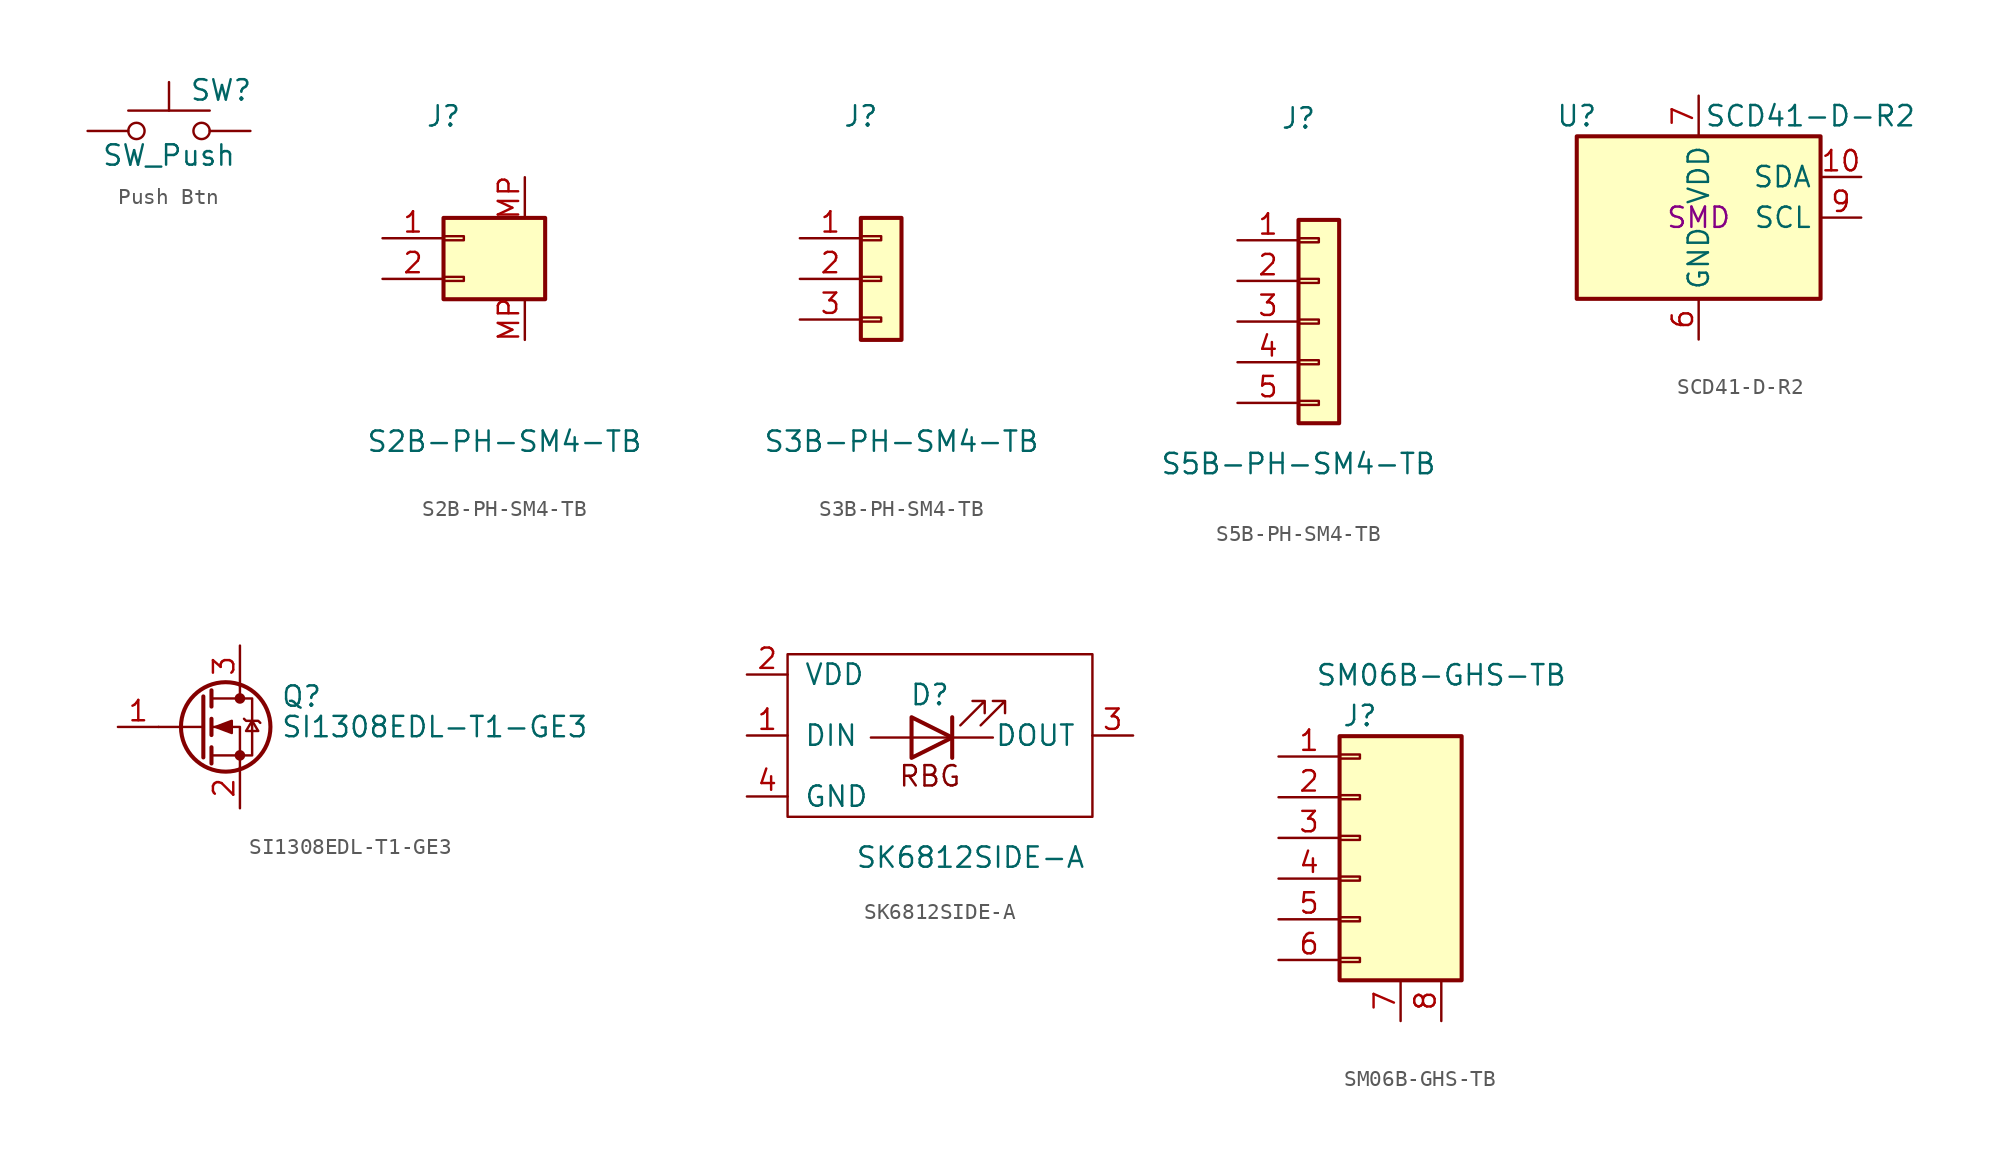
<source format=kicad_sym>
(kicad_symbol_lib
  (version 20231120)
  (generator "kicad_symbol_editor")
  (generator_version "8.0")
  (symbol "Push Btn"
    (pin_numbers hide)
    (pin_names
      (offset 1.016) hide)
    (property "Reference" "SW"
      (at 1.27 2.54 0)
      (effects (font (size 1.27 1.27)) (justify left)))
    (property "Value" "SW_Push"
      (at 0 -1.524 0)
      (effects (font (size 1.27 1.27))))
    (symbol "Push Btn_0_1"
      (circle (center -2.032 0) (radius 0.508) (stroke (width 0) (type default)) (fill (type none)))
      (polyline (pts (xy 0 1.27) (xy 0 3.048)) (stroke (width 0) (type default)) (fill (type none)))
      (polyline (pts (xy 2.54 1.27) (xy -2.54 1.27)) (stroke (width 0) (type default)) (fill (type none)))
      (circle (center 2.032 0) (radius 0.508) (stroke (width 0) (type default)) (fill (type none)))
      (pin passive line (at -5.08 0 0) (length 2.54) (name "1" (effects (font (size 1.27 1.27)))) (number "1" (effects (font (size 1.27 1.27)))))
      (pin passive line (at 5.08 0 180) (length 2.54) (name "2" (effects (font (size 1.27 1.27)))) (number "2" (effects (font (size 1.27 1.27)))))))
  (symbol "S2B-PH-SM4-TB"
    (pin_names
      (offset 1.016) hide)
    (property "Reference" "J"
      (at 0 7.62 0)
      (effects (font (size 1.27 1.27))))
    (property "Value" "S2B-PH-SM4-TB"
      (at 3.81 -12.7 0)
      (effects (font (size 1.27 1.27))))
    (symbol "S2B-PH-SM4-TB_1_1"
      (rectangle (start 0 -2.413) (end 1.27 -2.667) (stroke (width 0.152) (type default)) (fill (type none)))
      (rectangle (start 0 0.127) (end 1.27 -0.127) (stroke (width 0.152) (type default)) (fill (type none)))
      (rectangle (start 0 1.27) (end 6.35 -3.81) (stroke (width 0.254) (type default)) (fill (type background)))
      (pin passive line (at -3.81 0 0) (length 3.81) (name "Pin_1" (effects (font (size 1.27 1.27)))) (number "1" (effects (font (size 1.27 1.27)))))
      (pin passive line (at -3.81 -2.54 0) (length 3.81) (name "Pin_2" (effects (font (size 1.27 1.27)))) (number "2" (effects (font (size 1.27 1.27)))))
      (pin passive line (at 5.08 -6.35 90) (length 2.54) (name "MP" (effects (font (size 1.27 1.27)))) (number "MP" (effects (font (size 1.27 1.27)))))
      (pin passive line (at 5.08 3.81 270) (length 2.54) (name "MP" (effects (font (size 1.27 1.27)))) (number "MP" (effects (font (size 1.27 1.27)))))))
  (symbol "S3B-PH-SM4-TB"
    (pin_names
      (offset 1.016) hide)
    (property "Reference" "J"
      (at 0 7.62 0)
      (effects (font (size 1.27 1.27))))
    (property "Value" "S3B-PH-SM4-TB"
      (at 2.54 -12.7 0)
      (effects (font (size 1.27 1.27))))
    (symbol "S3B-PH-SM4-TB_1_1"
      (rectangle (start 0 -4.953) (end 1.27 -5.207) (stroke (width 0.152) (type default)) (fill (type none)))
      (rectangle (start 0 -2.413) (end 1.27 -2.667) (stroke (width 0.152) (type default)) (fill (type none)))
      (rectangle (start 0 0.127) (end 1.27 -0.127) (stroke (width 0.152) (type default)) (fill (type none)))
      (rectangle (start 0 1.27) (end 2.54 -6.35) (stroke (width 0.254) (type default)) (fill (type background)))
      (pin passive line (at -3.81 0 0) (length 3.81) (name "Pin_1" (effects (font (size 1.27 1.27)))) (number "1" (effects (font (size 1.27 1.27)))))
      (pin passive line (at -3.81 -2.54 0) (length 3.81) (name "Pin_2" (effects (font (size 1.27 1.27)))) (number "2" (effects (font (size 1.27 1.27)))))
      (pin passive line (at -3.81 -5.08 0) (length 3.81) (name "Pin_3" (effects (font (size 1.27 1.27)))) (number "3" (effects (font (size 1.27 1.27)))))))
  (symbol "S5B-PH-SM4-TB"
    (pin_names
      (offset 1.016) hide)
    (property "Reference" "J"
      (at 0 7.62 0)
      (effects (font (size 1.27 1.27))))
    (property "Value" "S5B-PH-SM4-TB"
      (at 0 -13.97 0)
      (effects (font (size 1.27 1.27))))
    (symbol "S5B-PH-SM4-TB_1_1"
      (rectangle (start 0 -10.033) (end 1.27 -10.287) (stroke (width 0.152) (type default)) (fill (type none)))
      (rectangle (start 0 -7.493) (end 1.27 -7.747) (stroke (width 0.152) (type default)) (fill (type none)))
      (rectangle (start 0 -4.953) (end 1.27 -5.207) (stroke (width 0.152) (type default)) (fill (type none)))
      (rectangle (start 0 -2.413) (end 1.27 -2.667) (stroke (width 0.152) (type default)) (fill (type none)))
      (rectangle (start 0 0.127) (end 1.27 -0.127) (stroke (width 0.152) (type default)) (fill (type none)))
      (rectangle (start 0 1.27) (end 2.54 -11.43) (stroke (width 0.254) (type default)) (fill (type background)))
      (pin passive line (at -3.81 0 0) (length 3.81) (name "Pin_1" (effects (font (size 1.27 1.27)))) (number "1" (effects (font (size 1.27 1.27)))))
      (pin passive line (at -3.81 -2.54 0) (length 3.81) (name "Pin_2" (effects (font (size 1.27 1.27)))) (number "2" (effects (font (size 1.27 1.27)))))
      (pin passive line (at -3.81 -5.08 0) (length 3.81) (name "Pin_3" (effects (font (size 1.27 1.27)))) (number "3" (effects (font (size 1.27 1.27)))))
      (pin passive line (at -3.81 -7.62 0) (length 3.81) (name "Pin_4" (effects (font (size 1.27 1.27)))) (number "4" (effects (font (size 1.27 1.27)))))
      (pin passive line (at -3.81 -10.16 0) (length 3.81) (name "Pin_5" (effects (font (size 1.27 1.27)))) (number "5" (effects (font (size 1.27 1.27)))))))
  (symbol "SCD41-D-R2"
    (property "Reference" "U"
      (at -7.62 6.35 0)
      (effects (font (size 1.27 1.27))))
    (property "Value" "SCD41-D-R2"
      (at 6.985 6.35 0)
      (effects (font (size 1.27 1.27))))
    (property "Type" "SMD"
      (at 0 0 0)
      (effects (font (size 1.27 1.27))))
    (symbol "SCD41-D-R2_0_1"
      (rectangle (start 7.62 5.08) (end -7.62 -5.08) (stroke (width 0.254) (type default)) (fill (type background))))
    (symbol "SCD41-D-R2_1_1"
      (pin bidirectional line (at 10.16 2.54 180) (length 2.54) (name "SDA" (effects (font (size 1.27 1.27)))) (number "10" (effects (font (size 1.27 1.27)))))
      (pin passive line (at 0 7.62 270) (length 2.54) hide (name "VDD" (effects (font (size 1.27 1.27)))) (number "19" (effects (font (size 1.27 1.27)))))
      (pin passive line (at 0 -7.62 90) (length 2.54) hide (name "GND" (effects (font (size 1.27 1.27)))) (number "20" (effects (font (size 1.27 1.27)))))
      (pin passive line (at 0 -7.62 90) (length 2.54) hide (name "GND" (effects (font (size 1.27 1.27)))) (number "21" (effects (font (size 1.27 1.27)))))
      (pin power_in line (at 0 -7.62 90) (length 2.54) (name "GND" (effects (font (size 1.27 1.27)))) (number "6" (effects (font (size 1.27 1.27)))))
      (pin power_in line (at 0 7.62 270) (length 2.54) (name "VDD" (effects (font (size 1.27 1.27)))) (number "7" (effects (font (size 1.27 1.27)))))
      (pin input line (at 10.16 0 180) (length 2.54) (name "SCL" (effects (font (size 1.27 1.27)))) (number "9" (effects (font (size 1.27 1.27)))))))
  (symbol "SI1308EDL-T1-GE3"
    (pin_names hide)
    (property "Reference" "Q"
      (at 5.08 1.905 0)
      (effects (font (size 1.27 1.27)) (justify left)))
    (property "Value" "SI1308EDL-T1-GE3"
      (at 5.08 0 0)
      (effects (font (size 1.27 1.27)) (justify left)))
    (symbol "SI1308EDL-T1-GE3_0_1"
      (polyline (pts (xy 0.254 0) (xy -2.54 0)) (stroke (width 0) (type default)) (fill (type none)))
      (polyline (pts (xy 0.254 1.905) (xy 0.254 -1.905)) (stroke (width 0.254) (type default)) (fill (type none)))
      (polyline (pts (xy 0.762 -1.27) (xy 0.762 -2.286)) (stroke (width 0.254) (type default)) (fill (type none)))
      (polyline (pts (xy 0.762 0.508) (xy 0.762 -0.508)) (stroke (width 0.254) (type default)) (fill (type none)))
      (polyline (pts (xy 0.762 2.286) (xy 0.762 1.27)) (stroke (width 0.254) (type default)) (fill (type none)))
      (polyline (pts (xy 2.54 2.54) (xy 2.54 1.778)) (stroke (width 0) (type default)) (fill (type none)))
      (polyline (pts (xy 2.54 -2.54) (xy 2.54 0) (xy 0.762 0)) (stroke (width 0) (type default)) (fill (type none)))
      (polyline (pts (xy 0.762 -1.778) (xy 3.302 -1.778) (xy 3.302 1.778) (xy 0.762 1.778)) (stroke (width 0) (type default)) (fill (type none)))
      (polyline (pts (xy 1.016 0) (xy 2.032 0.381) (xy 2.032 -0.381) (xy 1.016 0)) (stroke (width 0) (type default)) (fill (type outline)))
      (polyline (pts (xy 2.794 0.508) (xy 2.921 0.381) (xy 3.683 0.381) (xy 3.81 0.254)) (stroke (width 0) (type default)) (fill (type none)))
      (polyline (pts (xy 3.302 0.381) (xy 2.921 -0.254) (xy 3.683 -0.254) (xy 3.302 0.381)) (stroke (width 0) (type default)) (fill (type none)))
      (circle (center 1.651 0) (radius 2.794) (stroke (width 0.254) (type default)) (fill (type none)))
      (circle (center 2.54 -1.778) (radius 0.254) (stroke (width 0) (type default)) (fill (type outline)))
      (circle (center 2.54 1.778) (radius 0.254) (stroke (width 0) (type default)) (fill (type outline))))
    (symbol "SI1308EDL-T1-GE3_1_1"
      (pin input line (at -5.08 0 0) (length 2.54) (name "G" (effects (font (size 1.27 1.27)))) (number "1" (effects (font (size 1.27 1.27)))))
      (pin passive line (at 2.54 -5.08 90) (length 2.54) (name "S" (effects (font (size 1.27 1.27)))) (number "2" (effects (font (size 1.27 1.27)))))
      (pin passive line (at 2.54 5.08 270) (length 2.54) (name "D" (effects (font (size 1.27 1.27)))) (number "3" (effects (font (size 1.27 1.27)))))))
  (symbol "SK6812SIDE-A"
    (pin_names
      (offset 1.016))
    (property "Reference" "D"
      (at 0 2.54 0)
      (effects (font (size 1.27 1.27))))
    (property "Value" "SK6812SIDE-A"
      (at 2.54 -7.62 0)
      (effects (font (size 1.27 1.27))))
    (symbol "SK6812SIDE-A_0_1"
      (polyline (pts (xy -1.143 -0.127) (xy -3.683 -0.127)) (stroke (width 0) (type default)) (fill (type none)))
      (polyline (pts (xy 1.397 -0.127) (xy -1.143 -0.127)) (stroke (width 0) (type default)) (fill (type none)))
      (polyline (pts (xy 1.397 -0.127) (xy 3.937 -0.127)) (stroke (width 0) (type default)) (fill (type none)))
      (polyline (pts (xy 1.397 1.143) (xy 1.397 -1.397)) (stroke (width 0.254) (type default)) (fill (type none)))
      (polyline (pts (xy -1.143 1.143) (xy -1.143 -1.397) (xy 1.397 -0.127) (xy -1.143 1.143)) (stroke (width 0.254) (type default)) (fill (type none)))
      (polyline (pts (xy 1.905 0.635) (xy 3.429 2.159) (xy 2.667 2.159) (xy 3.429 2.159) (xy 3.429 1.397)) (stroke (width 0) (type default)) (fill (type none)))
      (polyline (pts (xy 3.175 0.635) (xy 4.699 2.159) (xy 3.937 2.159) (xy 4.699 2.159) (xy 4.699 1.397)) (stroke (width 0) (type default)) (fill (type none))))
    (symbol "SK6812SIDE-A_1_1"
      (rectangle (start -8.89 5.08) (end 10.16 -5.08) (stroke (width 0) (type default)) (fill (type none)))
      (text "RBG" (at 0 -2.54 0) (effects (font (size 1.27 1.27))))
      (pin input line (at -11.43 0 0) (length 2.54) (name "DIN" (effects (font (size 1.27 1.27)))) (number "1" (effects (font (size 1.27 1.27)))))
      (pin power_in line (at -11.43 3.81 0) (length 2.54) (name "VDD" (effects (font (size 1.27 1.27)))) (number "2" (effects (font (size 1.27 1.27)))))
      (pin output line (at 12.7 0 180) (length 2.54) (name "DOUT" (effects (font (size 1.27 1.27)))) (number "3" (effects (font (size 1.27 1.27)))))
      (pin power_in line (at -11.43 -3.81 0) (length 2.54) (name "GND" (effects (font (size 1.27 1.27)))) (number "4" (effects (font (size 1.27 1.27)))))))
  (symbol "SM06B-GHS-TB"
    (pin_names
      (offset 1.016) hide)
    (property "Reference" "J"
      (at 0 7.62 0)
      (effects (font (size 1.27 1.27))))
    (property "Value" "SM06B-GHS-TB"
      (at 5.08 10.16 0)
      (effects (font (size 1.27 1.27))))
    (symbol "SM06B-GHS-TB_1_1"
      (rectangle (start -1.27 -7.493) (end 0 -7.747) (stroke (width 0.152) (type default)) (fill (type none)))
      (rectangle (start -1.27 -4.953) (end 0 -5.207) (stroke (width 0.152) (type default)) (fill (type none)))
      (rectangle (start -1.27 -2.413) (end 0 -2.667) (stroke (width 0.152) (type default)) (fill (type none)))
      (rectangle (start -1.27 0.127) (end 0 -0.127) (stroke (width 0.152) (type default)) (fill (type none)))
      (rectangle (start -1.27 2.667) (end 0 2.413) (stroke (width 0.152) (type default)) (fill (type none)))
      (rectangle (start -1.27 5.207) (end 0 4.953) (stroke (width 0.152) (type default)) (fill (type none)))
      (rectangle (start -1.27 6.35) (end 6.35 -8.89) (stroke (width 0.254) (type default)) (fill (type background)))
      (pin passive line (at -5.08 5.08 0) (length 3.81) (name "Pin_1" (effects (font (size 1.27 1.27)))) (number "1" (effects (font (size 1.27 1.27)))))
      (pin passive line (at -5.08 2.54 0) (length 3.81) (name "Pin_2" (effects (font (size 1.27 1.27)))) (number "2" (effects (font (size 1.27 1.27)))))
      (pin passive line (at -5.08 0 0) (length 3.81) (name "Pin_3" (effects (font (size 1.27 1.27)))) (number "3" (effects (font (size 1.27 1.27)))))
      (pin passive line (at -5.08 -2.54 0) (length 3.81) (name "Pin_4" (effects (font (size 1.27 1.27)))) (number "4" (effects (font (size 1.27 1.27)))))
      (pin passive line (at -5.08 -5.08 0) (length 3.81) (name "Pin_5" (effects (font (size 1.27 1.27)))) (number "5" (effects (font (size 1.27 1.27)))))
      (pin passive line (at -5.08 -7.62 0) (length 3.81) (name "Pin_6" (effects (font (size 1.27 1.27)))) (number "6" (effects (font (size 1.27 1.27)))))
      (pin passive line (at 2.54 -11.43 90) (length 2.54) (name "FIX" (effects (font (size 1.27 1.27)))) (number "7" (effects (font (size 1.27 1.27)))))
      (pin passive line (at 5.08 -11.43 90) (length 2.54) (name "FIX" (effects (font (size 1.27 1.27)))) (number "8" (effects (font (size 1.27 1.27))))))))
</source>
